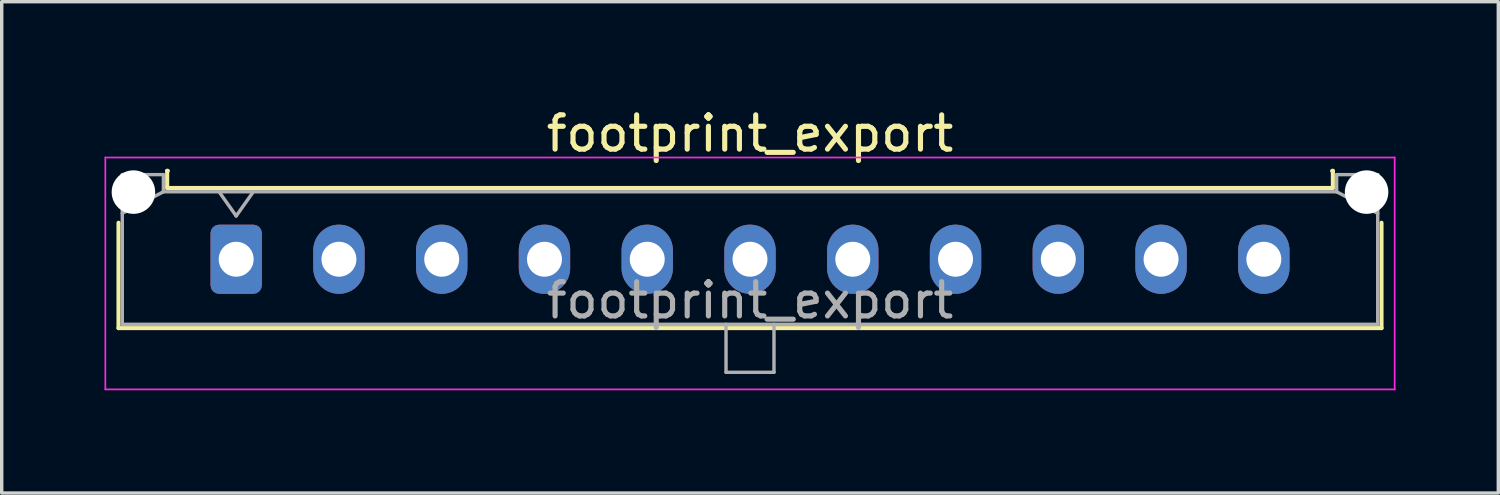
<source format=kicad_pcb>
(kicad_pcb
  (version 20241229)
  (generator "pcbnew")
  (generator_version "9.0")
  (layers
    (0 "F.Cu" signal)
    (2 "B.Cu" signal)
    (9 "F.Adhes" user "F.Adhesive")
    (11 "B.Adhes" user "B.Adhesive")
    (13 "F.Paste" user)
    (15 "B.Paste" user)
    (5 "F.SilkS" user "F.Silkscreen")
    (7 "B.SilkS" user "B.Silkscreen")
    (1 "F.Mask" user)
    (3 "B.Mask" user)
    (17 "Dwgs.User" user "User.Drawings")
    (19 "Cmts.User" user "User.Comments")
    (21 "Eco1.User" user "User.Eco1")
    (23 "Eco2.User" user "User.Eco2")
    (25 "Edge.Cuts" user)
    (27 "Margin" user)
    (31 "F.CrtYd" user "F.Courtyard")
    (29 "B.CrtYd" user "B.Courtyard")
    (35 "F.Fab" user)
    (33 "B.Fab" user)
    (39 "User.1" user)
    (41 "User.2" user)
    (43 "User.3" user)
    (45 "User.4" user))
  (footprint "footprint_export"
    (layer "F.Cu")
    (at 3.845 4.518)
    (property "Reference" "footprint_export" (at 15 -3.67 0) (layer "F.SilkS") (effects (font (size 1 1) (thickness 0.15))))
    (attr through_hole)
    (fp_line (start -3.435 -1.065) (end -3.435 2.01) (stroke (width 0.12) (type solid)) (layer "F.SilkS"))
    (fp_line (start -3.435 2.01) (end 33.435 2.01) (stroke (width 0.12) (type solid)) (layer "F.SilkS"))
    (fp_line (start -2.015 -2.58) (end -2.015 -2.08) (stroke (width 0.12) (type solid)) (layer "F.SilkS"))
    (fp_line (start -2.015 -2.08) (end 32.015 -2.08) (stroke (width 0.12) (type solid)) (layer "F.SilkS"))
    (fp_line (start -1.995 -2.58) (end -2.015 -2.58) (stroke (width 0.12) (type solid)) (layer "F.SilkS"))
    (fp_line (start 32.015 -2.58) (end 31.995 -2.58) (stroke (width 0.12) (type solid)) (layer "F.SilkS"))
    (fp_line (start 32.015 -2.08) (end 32.015 -2.58) (stroke (width 0.12) (type solid)) (layer "F.SilkS"))
    (fp_line (start 33.435 2.01) (end 33.435 -1.065) (stroke (width 0.12) (type solid)) (layer "F.SilkS"))
    (fp_line (start -3.82 -2.97) (end 33.82 -2.97) (stroke (width 0.05) (type solid)) (layer "F.CrtYd"))
    (fp_line (start -3.82 3.8) (end -3.82 -2.97) (stroke (width 0.05) (type solid)) (layer "F.CrtYd"))
    (fp_line (start 33.82 -2.97) (end 33.82 3.8) (stroke (width 0.05) (type solid)) (layer "F.CrtYd"))
    (fp_line (start 33.82 3.8) (end -3.82 3.8) (stroke (width 0.05) (type solid)) (layer "F.CrtYd"))
    (fp_line (start -3.325 -2.47) (end -3.325 1.9) (stroke (width 0.1) (type solid)) (layer "F.Fab"))
    (fp_line (start -3.325 -1.34) (end -2.125 -1.97) (stroke (width 0.1) (type solid)) (layer "F.Fab"))
    (fp_line (start -3.325 1.9) (end 33.325 1.9) (stroke (width 0.1) (type solid)) (layer "F.Fab"))
    (fp_line (start -2.125 -2.47) (end -3.325 -2.47) (stroke (width 0.1) (type solid)) (layer "F.Fab"))
    (fp_line (start -2.125 -1.97) (end -2.125 -2.47) (stroke (width 0.1) (type solid)) (layer "F.Fab"))
    (fp_line (start -0.5 -1.97) (end 0 -1.263) (stroke (width 0.1) (type solid)) (layer "F.Fab"))
    (fp_line (start 0 -1.263) (end 0.5 -1.97) (stroke (width 0.1) (type solid)) (layer "F.Fab"))
    (fp_line (start 14.3 1.9) (end 14.3 3.3) (stroke (width 0.1) (type solid)) (layer "F.Fab"))
    (fp_line (start 14.3 3.3) (end 15.7 3.3) (stroke (width 0.1) (type solid)) (layer "F.Fab"))
    (fp_line (start 15.7 3.3) (end 15.7 1.9) (stroke (width 0.1) (type solid)) (layer "F.Fab"))
    (fp_line (start 32.125 -2.47) (end 32.125 -1.97) (stroke (width 0.1) (type solid)) (layer "F.Fab"))
    (fp_line (start 32.125 -1.97) (end -2.125 -1.97) (stroke (width 0.1) (type solid)) (layer "F.Fab"))
    (fp_line (start 33.325 -2.47) (end 32.125 -2.47) (stroke (width 0.1) (type solid)) (layer "F.Fab"))
    (fp_line (start 33.325 -1.34) (end 32.125 -1.97) (stroke (width 0.1) (type solid)) (layer "F.Fab"))
    (fp_line (start 33.325 1.9) (end 33.325 -2.47) (stroke (width 0.1) (type solid)) (layer "F.Fab"))
    (fp_text user "${REFERENCE}" (at 15 1.2 0) (layer "F.Fab") (effects (font (size 1 1) (thickness 0.15))))
    (pad "" np_thru_hole circle (at -3 -1.96) (size 1.27 1.27) (drill 1.27) (layers "*.Cu" "*.Mask"))
    (pad "" np_thru_hole circle (at 33 -1.96) (size 1.27 1.27) (drill 1.27) (layers "*.Cu" "*.Mask"))
    (pad "1" thru_hole roundrect (at 0 0) (size 1.5 2.02) (drill 1.02) (layers "*.Cu" "*.Mask") (roundrect_rratio 0.167))
    (pad "2" thru_hole oval (at 3 0) (size 1.5 2.02) (drill 1.02) (layers "*.Cu" "*.Mask"))
    (pad "3" thru_hole oval (at 6 0) (size 1.5 2.02) (drill 1.02) (layers "*.Cu" "*.Mask"))
    (pad "4" thru_hole oval (at 9 0) (size 1.5 2.02) (drill 1.02) (layers "*.Cu" "*.Mask"))
    (pad "5" thru_hole oval (at 12 0) (size 1.5 2.02) (drill 1.02) (layers "*.Cu" "*.Mask"))
    (pad "6" thru_hole oval (at 15 0) (size 1.5 2.02) (drill 1.02) (layers "*.Cu" "*.Mask"))
    (pad "7" thru_hole oval (at 18 0) (size 1.5 2.02) (drill 1.02) (layers "*.Cu" "*.Mask"))
    (pad "8" thru_hole oval (at 21 0) (size 1.5 2.02) (drill 1.02) (layers "*.Cu" "*.Mask"))
    (pad "9" thru_hole oval (at 24 0) (size 1.5 2.02) (drill 1.02) (layers "*.Cu" "*.Mask"))
    (pad "10" thru_hole oval (at 27 0) (size 1.5 2.02) (drill 1.02) (layers "*.Cu" "*.Mask"))
    (pad "11" thru_hole oval (at 30 0) (size 1.5 2.02) (drill 1.02) (layers "*.Cu" "*.Mask")))
  (gr_rect
    (start -3 -3)
    (end 40.69 11.343)
    (stroke (width 0.1) (type default))
    (fill no)
    (layer "Edge.Cuts")))
</source>
